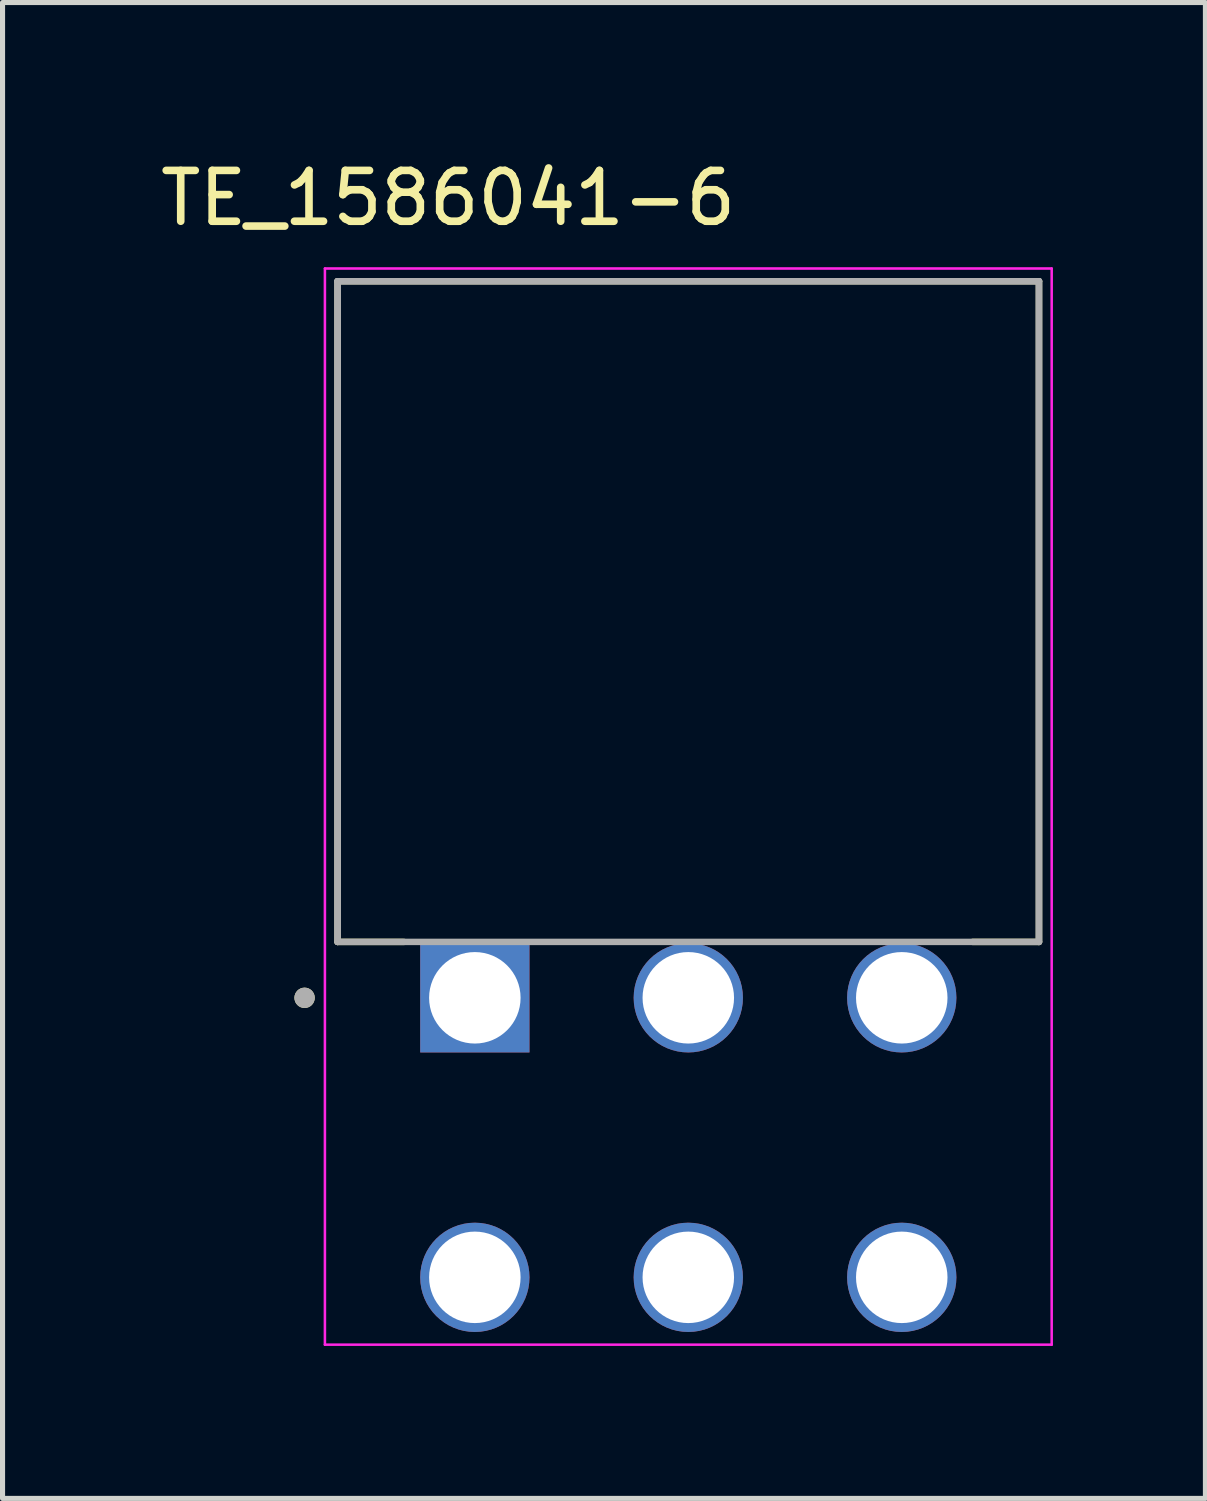
<source format=kicad_pcb>
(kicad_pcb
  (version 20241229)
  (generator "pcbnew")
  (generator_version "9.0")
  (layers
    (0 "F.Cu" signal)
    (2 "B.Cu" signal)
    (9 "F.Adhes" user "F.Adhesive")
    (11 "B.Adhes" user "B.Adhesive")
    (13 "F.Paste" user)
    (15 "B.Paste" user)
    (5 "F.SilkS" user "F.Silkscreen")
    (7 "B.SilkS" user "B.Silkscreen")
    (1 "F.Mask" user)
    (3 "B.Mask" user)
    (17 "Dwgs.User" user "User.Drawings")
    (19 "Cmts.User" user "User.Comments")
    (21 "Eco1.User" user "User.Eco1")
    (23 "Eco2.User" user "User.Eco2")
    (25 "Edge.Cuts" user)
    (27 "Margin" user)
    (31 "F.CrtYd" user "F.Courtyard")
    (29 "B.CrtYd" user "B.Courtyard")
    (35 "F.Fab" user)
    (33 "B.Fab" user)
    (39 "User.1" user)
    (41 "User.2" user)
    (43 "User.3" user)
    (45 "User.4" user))
  (footprint "TE_1586041-6"
    (layer "F.Cu")
    (at 6.293 16.583)
    (property "Reference" "TE_1586041-6" (at -0.525 -15.735 0) (layer "F.SilkS") (effects (font (size 1 1) (thickness 0.15))))
    (attr through_hole)
    (fp_line (start -2.7 -14.1) (end 11.1 -14.1) (stroke (width 0.127) (type solid)) (layer "F.SilkS"))
    (fp_line (start -2.7 -1.1) (end -2.7 -14.1) (stroke (width 0.127) (type solid)) (layer "F.SilkS"))
    (fp_line (start -1.395 -1.1) (end -2.7 -1.1) (stroke (width 0.127) (type solid)) (layer "F.SilkS"))
    (fp_line (start 9.795 -1.1) (end 11.1 -1.1) (stroke (width 0.127) (type solid)) (layer "F.SilkS"))
    (fp_line (start 11.1 -14.1) (end 11.1 -1.1) (stroke (width 0.127) (type solid)) (layer "F.SilkS"))
    (fp_circle (center -3.35 0) (end -3.25 0) (stroke (width 0.2) (type solid)) (fill no) (layer "F.SilkS"))
    (fp_line (start -2.95 -14.35) (end 11.35 -14.35) (stroke (width 0.05) (type solid)) (layer "F.CrtYd"))
    (fp_line (start -2.95 6.825) (end -2.95 -14.35) (stroke (width 0.05) (type solid)) (layer "F.CrtYd"))
    (fp_line (start 11.35 -14.35) (end 11.35 6.825) (stroke (width 0.05) (type solid)) (layer "F.CrtYd"))
    (fp_line (start 11.35 6.825) (end -2.95 6.825) (stroke (width 0.05) (type solid)) (layer "F.CrtYd"))
    (fp_line (start -2.7 -14.1) (end 11.1 -14.1) (stroke (width 0.127) (type solid)) (layer "F.Fab"))
    (fp_line (start -2.7 -14.1) (end 11.1 -14.1) (stroke (width 0.127) (type solid)) (layer "F.Fab"))
    (fp_line (start -2.7 -1.1) (end -2.7 -14.1) (stroke (width 0.127) (type solid)) (layer "F.Fab"))
    (fp_line (start -2.7 -1.1) (end -2.7 -14.1) (stroke (width 0.127) (type solid)) (layer "F.Fab"))
    (fp_line (start 11.1 -14.1) (end 11.1 -1.1) (stroke (width 0.127) (type solid)) (layer "F.Fab"))
    (fp_line (start 11.1 -14.1) (end 11.1 -1.1) (stroke (width 0.127) (type solid)) (layer "F.Fab"))
    (fp_line (start 11.1 -1.1) (end -2.7 -1.1) (stroke (width 0.127) (type solid)) (layer "F.Fab"))
    (fp_circle (center -3.35 0) (end -3.25 0) (stroke (width 0.2) (type solid)) (fill no) (layer "F.Fab"))
    (pad "1" thru_hole rect (at 0 0) (size 2.15 2.15) (drill 1.8) (layers "*.Cu" "*.Mask"))
    (pad "2" thru_hole circle (at 0 5.5) (size 2.15 2.15) (drill 1.8) (layers "*.Cu" "*.Mask"))
    (pad "3" thru_hole circle (at 4.2 0) (size 2.15 2.15) (drill 1.8) (layers "*.Cu" "*.Mask"))
    (pad "4" thru_hole circle (at 4.2 5.5) (size 2.15 2.15) (drill 1.8) (layers "*.Cu" "*.Mask"))
    (pad "5" thru_hole circle (at 8.4 0) (size 2.15 2.15) (drill 1.8) (layers "*.Cu" "*.Mask"))
    (pad "6" thru_hole circle (at 8.4 5.5) (size 2.15 2.15) (drill 1.8) (layers "*.Cu" "*.Mask")))
  (gr_rect
    (start -3 -3)
    (end 20.668 26.433)
    (stroke (width 0.1) (type default))
    (fill no)
    (layer "Edge.Cuts")))
</source>
